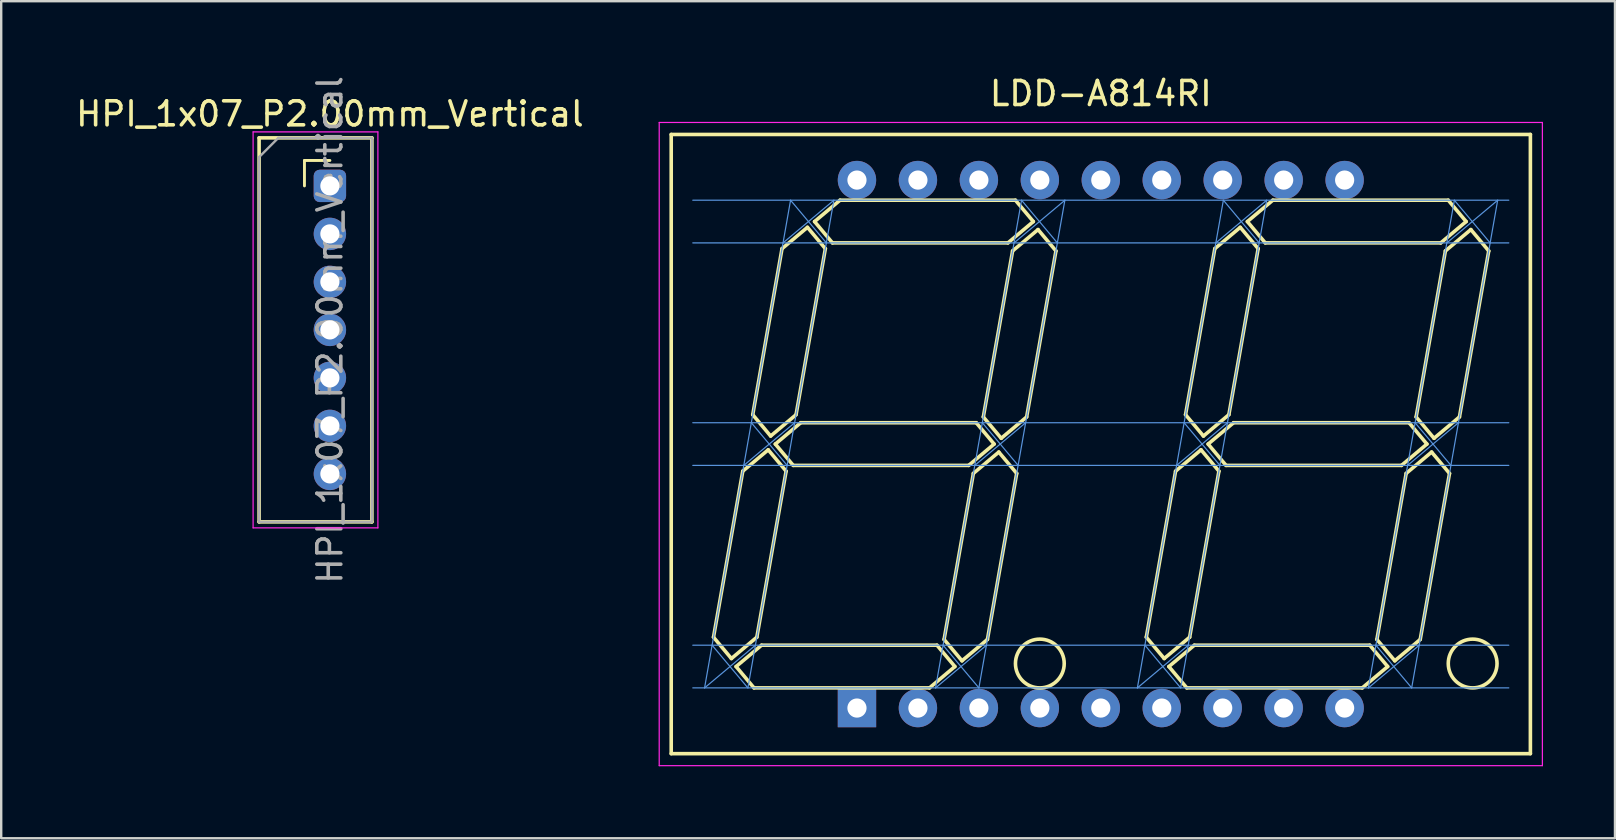
<source format=kicad_pcb>
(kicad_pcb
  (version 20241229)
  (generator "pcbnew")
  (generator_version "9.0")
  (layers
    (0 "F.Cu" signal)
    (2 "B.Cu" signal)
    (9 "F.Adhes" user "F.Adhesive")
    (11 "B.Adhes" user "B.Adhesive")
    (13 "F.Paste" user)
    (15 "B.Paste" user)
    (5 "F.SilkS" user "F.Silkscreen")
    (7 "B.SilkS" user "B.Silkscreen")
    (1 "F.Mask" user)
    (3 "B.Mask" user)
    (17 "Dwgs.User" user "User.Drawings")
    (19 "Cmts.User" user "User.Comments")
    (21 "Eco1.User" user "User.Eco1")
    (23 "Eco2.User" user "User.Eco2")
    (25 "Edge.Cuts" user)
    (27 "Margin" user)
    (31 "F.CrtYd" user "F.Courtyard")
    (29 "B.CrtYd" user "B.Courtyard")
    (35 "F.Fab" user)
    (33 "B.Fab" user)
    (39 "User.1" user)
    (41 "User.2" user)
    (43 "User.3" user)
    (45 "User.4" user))
  (footprint "LDD-A814RI"
    (layer "F.Cu")
    (at 42.818 15.453)
    (property "Reference" "LDD-A814RI" (at 0 -14.605 0) (layer "F.SilkS") (effects (font (size 1 1) (thickness 0.15))))
    (attr through_hole)
    (fp_line (start -17.9 -12.9) (end 17.9 -12.9) (stroke (width 0.15) (type solid)) (layer "F.SilkS"))
    (fp_line (start -17.9 12.9) (end -17.9 -12.9) (stroke (width 0.15) (type solid)) (layer "F.SilkS"))
    (fp_line (start -16.138 8.048) (end -14.918 1.129) (stroke (width 0.15) (type solid)) (layer "F.SilkS"))
    (fp_line (start -15.392 8.937) (end -16.138 8.048) (stroke (width 0.15) (type solid)) (layer "F.SilkS"))
    (fp_line (start -15.197 9.271) (end -14.137 8.382) (stroke (width 0.15) (type solid)) (layer "F.SilkS"))
    (fp_line (start -14.918 1.129) (end -13.858 0.24) (stroke (width 0.15) (type solid)) (layer "F.SilkS"))
    (fp_line (start -14.503 -1.223) (end -13.283 -8.142) (stroke (width 0.15) (type solid)) (layer "F.SilkS"))
    (fp_line (start -14.451 10.16) (end -15.197 9.271) (stroke (width 0.15) (type solid)) (layer "F.SilkS"))
    (fp_line (start -14.332 8.048) (end -15.392 8.937) (stroke (width 0.15) (type solid)) (layer "F.SilkS"))
    (fp_line (start -14.137 8.382) (end -6.826 8.382) (stroke (width 0.15) (type solid)) (layer "F.SilkS"))
    (fp_line (start -13.858 0.24) (end -13.112 1.129) (stroke (width 0.15) (type solid)) (layer "F.SilkS"))
    (fp_line (start -13.757 -0.334) (end -14.503 -1.223) (stroke (width 0.15) (type solid)) (layer "F.SilkS"))
    (fp_line (start -13.562 0) (end -12.502 -0.889) (stroke (width 0.15) (type solid)) (layer "F.SilkS"))
    (fp_line (start -13.283 -8.142) (end -12.223 -9.031) (stroke (width 0.15) (type solid)) (layer "F.SilkS"))
    (fp_line (start -13.112 1.129) (end -14.332 8.048) (stroke (width 0.15) (type solid)) (layer "F.SilkS"))
    (fp_line (start -12.816 0.889) (end -13.562 0) (stroke (width 0.15) (type solid)) (layer "F.SilkS"))
    (fp_line (start -12.698 -1.223) (end -13.757 -0.334) (stroke (width 0.15) (type solid)) (layer "F.SilkS"))
    (fp_line (start -12.502 -0.889) (end -5.191 -0.889) (stroke (width 0.15) (type solid)) (layer "F.SilkS"))
    (fp_line (start -12.223 -9.031) (end -11.477 -8.142) (stroke (width 0.15) (type solid)) (layer "F.SilkS"))
    (fp_line (start -11.927 -9.271) (end -10.868 -10.16) (stroke (width 0.15) (type solid)) (layer "F.SilkS"))
    (fp_line (start -11.477 -8.142) (end -12.698 -1.223) (stroke (width 0.15) (type solid)) (layer "F.SilkS"))
    (fp_line (start -11.181 -8.382) (end -11.927 -9.271) (stroke (width 0.15) (type solid)) (layer "F.SilkS"))
    (fp_line (start -10.868 -10.16) (end -3.556 -10.16) (stroke (width 0.15) (type solid)) (layer "F.SilkS"))
    (fp_line (start -7.139 10.16) (end -14.451 10.16) (stroke (width 0.15) (type solid)) (layer "F.SilkS"))
    (fp_line (start -6.826 8.382) (end -6.08 9.271) (stroke (width 0.15) (type solid)) (layer "F.SilkS"))
    (fp_line (start -6.53 8.142) (end -5.31 1.223) (stroke (width 0.15) (type solid)) (layer "F.SilkS"))
    (fp_line (start -6.08 9.271) (end -7.139 10.16) (stroke (width 0.15) (type solid)) (layer "F.SilkS"))
    (fp_line (start -5.784 9.031) (end -6.53 8.142) (stroke (width 0.15) (type solid)) (layer "F.SilkS"))
    (fp_line (start -5.505 0.889) (end -12.816 0.889) (stroke (width 0.15) (type solid)) (layer "F.SilkS"))
    (fp_line (start -5.31 1.223) (end -4.25 0.334) (stroke (width 0.15) (type solid)) (layer "F.SilkS"))
    (fp_line (start -5.191 -0.889) (end -4.445 0) (stroke (width 0.15) (type solid)) (layer "F.SilkS"))
    (fp_line (start -4.895 -1.129) (end -3.675 -8.048) (stroke (width 0.15) (type solid)) (layer "F.SilkS"))
    (fp_line (start -4.724 8.142) (end -5.784 9.031) (stroke (width 0.15) (type solid)) (layer "F.SilkS"))
    (fp_line (start -4.445 0) (end -5.505 0.889) (stroke (width 0.15) (type solid)) (layer "F.SilkS"))
    (fp_line (start -4.25 0.334) (end -3.504 1.223) (stroke (width 0.15) (type solid)) (layer "F.SilkS"))
    (fp_line (start -4.149 -0.24) (end -4.895 -1.129) (stroke (width 0.15) (type solid)) (layer "F.SilkS"))
    (fp_line (start -3.87 -8.382) (end -11.181 -8.382) (stroke (width 0.15) (type solid)) (layer "F.SilkS"))
    (fp_line (start -3.675 -8.048) (end -2.615 -8.937) (stroke (width 0.15) (type solid)) (layer "F.SilkS"))
    (fp_line (start -3.556 -10.16) (end -2.811 -9.271) (stroke (width 0.15) (type solid)) (layer "F.SilkS"))
    (fp_line (start -3.504 1.223) (end -4.724 8.142) (stroke (width 0.15) (type solid)) (layer "F.SilkS"))
    (fp_line (start -3.09 -1.129) (end -4.149 -0.24) (stroke (width 0.15) (type solid)) (layer "F.SilkS"))
    (fp_line (start -2.811 -9.271) (end -3.87 -8.382) (stroke (width 0.15) (type solid)) (layer "F.SilkS"))
    (fp_line (start -2.615 -8.937) (end -1.869 -8.048) (stroke (width 0.15) (type solid)) (layer "F.SilkS"))
    (fp_line (start -1.869 -8.048) (end -3.09 -1.129) (stroke (width 0.15) (type solid)) (layer "F.SilkS"))
    (fp_line (start 1.896 8.048) (end 3.116 1.129) (stroke (width 0.15) (type solid)) (layer "F.SilkS"))
    (fp_line (start 2.642 8.937) (end 1.896 8.048) (stroke (width 0.15) (type solid)) (layer "F.SilkS"))
    (fp_line (start 2.837 9.271) (end 3.897 8.382) (stroke (width 0.15) (type solid)) (layer "F.SilkS"))
    (fp_line (start 3.116 1.129) (end 4.176 0.24) (stroke (width 0.15) (type solid)) (layer "F.SilkS"))
    (fp_line (start 3.531 -1.223) (end 4.751 -8.142) (stroke (width 0.15) (type solid)) (layer "F.SilkS"))
    (fp_line (start 3.583 10.16) (end 2.837 9.271) (stroke (width 0.15) (type solid)) (layer "F.SilkS"))
    (fp_line (start 3.702 8.048) (end 2.642 8.937) (stroke (width 0.15) (type solid)) (layer "F.SilkS"))
    (fp_line (start 3.897 8.382) (end 11.208 8.382) (stroke (width 0.15) (type solid)) (layer "F.SilkS"))
    (fp_line (start 4.176 0.24) (end 4.922 1.129) (stroke (width 0.15) (type solid)) (layer "F.SilkS"))
    (fp_line (start 4.277 -0.334) (end 3.531 -1.223) (stroke (width 0.15) (type solid)) (layer "F.SilkS"))
    (fp_line (start 4.472 0) (end 5.532 -0.889) (stroke (width 0.15) (type solid)) (layer "F.SilkS"))
    (fp_line (start 4.751 -8.142) (end 5.811 -9.031) (stroke (width 0.15) (type solid)) (layer "F.SilkS"))
    (fp_line (start 4.922 1.129) (end 3.702 8.048) (stroke (width 0.15) (type solid)) (layer "F.SilkS"))
    (fp_line (start 5.218 0.889) (end 4.472 0) (stroke (width 0.15) (type solid)) (layer "F.SilkS"))
    (fp_line (start 5.336 -1.223) (end 4.277 -0.334) (stroke (width 0.15) (type solid)) (layer "F.SilkS"))
    (fp_line (start 5.532 -0.889) (end 12.843 -0.889) (stroke (width 0.15) (type solid)) (layer "F.SilkS"))
    (fp_line (start 5.811 -9.031) (end 6.557 -8.142) (stroke (width 0.15) (type solid)) (layer "F.SilkS"))
    (fp_line (start 6.107 -9.271) (end 7.166 -10.16) (stroke (width 0.15) (type solid)) (layer "F.SilkS"))
    (fp_line (start 6.557 -8.142) (end 5.336 -1.223) (stroke (width 0.15) (type solid)) (layer "F.SilkS"))
    (fp_line (start 6.853 -8.382) (end 6.107 -9.271) (stroke (width 0.15) (type solid)) (layer "F.SilkS"))
    (fp_line (start 7.166 -10.16) (end 14.478 -10.16) (stroke (width 0.15) (type solid)) (layer "F.SilkS"))
    (fp_line (start 10.895 10.16) (end 3.583 10.16) (stroke (width 0.15) (type solid)) (layer "F.SilkS"))
    (fp_line (start 11.208 8.382) (end 11.954 9.271) (stroke (width 0.15) (type solid)) (layer "F.SilkS"))
    (fp_line (start 11.504 8.142) (end 12.724 1.223) (stroke (width 0.15) (type solid)) (layer "F.SilkS"))
    (fp_line (start 11.954 9.271) (end 10.895 10.16) (stroke (width 0.15) (type solid)) (layer "F.SilkS"))
    (fp_line (start 12.25 9.031) (end 11.504 8.142) (stroke (width 0.15) (type solid)) (layer "F.SilkS"))
    (fp_line (start 12.529 0.889) (end 5.218 0.889) (stroke (width 0.15) (type solid)) (layer "F.SilkS"))
    (fp_line (start 12.724 1.223) (end 13.784 0.334) (stroke (width 0.15) (type solid)) (layer "F.SilkS"))
    (fp_line (start 12.843 -0.889) (end 13.589 0) (stroke (width 0.15) (type solid)) (layer "F.SilkS"))
    (fp_line (start 13.139 -1.129) (end 14.359 -8.048) (stroke (width 0.15) (type solid)) (layer "F.SilkS"))
    (fp_line (start 13.31 8.142) (end 12.25 9.031) (stroke (width 0.15) (type solid)) (layer "F.SilkS"))
    (fp_line (start 13.589 0) (end 12.529 0.889) (stroke (width 0.15) (type solid)) (layer "F.SilkS"))
    (fp_line (start 13.784 0.334) (end 14.53 1.223) (stroke (width 0.15) (type solid)) (layer "F.SilkS"))
    (fp_line (start 13.885 -0.24) (end 13.139 -1.129) (stroke (width 0.15) (type solid)) (layer "F.SilkS"))
    (fp_line (start 14.164 -8.382) (end 6.853 -8.382) (stroke (width 0.15) (type solid)) (layer "F.SilkS"))
    (fp_line (start 14.359 -8.048) (end 15.419 -8.937) (stroke (width 0.15) (type solid)) (layer "F.SilkS"))
    (fp_line (start 14.478 -10.16) (end 15.223 -9.271) (stroke (width 0.15) (type solid)) (layer "F.SilkS"))
    (fp_line (start 14.53 1.223) (end 13.31 8.142) (stroke (width 0.15) (type solid)) (layer "F.SilkS"))
    (fp_line (start 14.944 -1.129) (end 13.885 -0.24) (stroke (width 0.15) (type solid)) (layer "F.SilkS"))
    (fp_line (start 15.223 -9.271) (end 14.164 -8.382) (stroke (width 0.15) (type solid)) (layer "F.SilkS"))
    (fp_line (start 15.419 -8.937) (end 16.165 -8.048) (stroke (width 0.15) (type solid)) (layer "F.SilkS"))
    (fp_line (start 16.165 -8.048) (end 14.944 -1.129) (stroke (width 0.15) (type solid)) (layer "F.SilkS"))
    (fp_line (start 17.9 -12.9) (end 17.9 12.9) (stroke (width 0.15) (type solid)) (layer "F.SilkS"))
    (fp_line (start 17.9 12.9) (end -17.9 12.9) (stroke (width 0.15) (type solid)) (layer "F.SilkS"))
    (fp_circle (center -2.54 9.144) (end -2.54 10.16) (stroke (width 0.15) (type solid)) (fill no) (layer "F.SilkS"))
    (fp_circle (center 15.494 9.144) (end 15.494 10.16) (stroke (width 0.15) (type solid)) (fill no) (layer "F.SilkS"))
    (fp_line (start -17 -10.16) (end 17 -10.16) (stroke (width 0.05) (type solid)) (layer "Cmts.User"))
    (fp_line (start -17 -8.382) (end 17 -8.382) (stroke (width 0.05) (type solid)) (layer "Cmts.User"))
    (fp_line (start -17 -0.889) (end 17 -0.889) (stroke (width 0.05) (type solid)) (layer "Cmts.User"))
    (fp_line (start -17 0.889) (end 17 0.889) (stroke (width 0.05) (type solid)) (layer "Cmts.User"))
    (fp_line (start -17 8.382) (end 17 8.382) (stroke (width 0.05) (type solid)) (layer "Cmts.User"))
    (fp_line (start -17 10.16) (end 17 10.16) (stroke (width 0.05) (type solid)) (layer "Cmts.User"))
    (fp_line (start -16.51 10.16) (end -14.391 8.382) (stroke (width 0.05) (type solid)) (layer "Cmts.User"))
    (fp_line (start -16.51 10.16) (end -12.927 -10.16) (stroke (width 0.05) (type solid)) (layer "Cmts.User"))
    (fp_line (start -14.875 0.889) (end -12.756 -0.889) (stroke (width 0.05) (type solid)) (layer "Cmts.User"))
    (fp_line (start -14.705 10.16) (end -16.196 8.382) (stroke (width 0.05) (type solid)) (layer "Cmts.User"))
    (fp_line (start -14.705 10.16) (end -11.122 -10.16) (stroke (width 0.05) (type solid)) (layer "Cmts.User"))
    (fp_line (start -13.241 -8.382) (end -11.122 -10.16) (stroke (width 0.05) (type solid)) (layer "Cmts.User"))
    (fp_line (start -13.07 0.889) (end -14.562 -0.889) (stroke (width 0.05) (type solid)) (layer "Cmts.User"))
    (fp_line (start -11.435 -8.382) (end -12.927 -10.16) (stroke (width 0.05) (type solid)) (layer "Cmts.User"))
    (fp_line (start -6.885 10.16) (end -4.766 8.382) (stroke (width 0.05) (type solid)) (layer "Cmts.User"))
    (fp_line (start -6.885 10.16) (end -3.302 -10.16) (stroke (width 0.05) (type solid)) (layer "Cmts.User"))
    (fp_line (start -5.251 0.889) (end -3.132 -0.889) (stroke (width 0.05) (type solid)) (layer "Cmts.User"))
    (fp_line (start -5.08 10.16) (end -6.572 8.382) (stroke (width 0.05) (type solid)) (layer "Cmts.User"))
    (fp_line (start -5.08 10.16) (end -1.497 -10.16) (stroke (width 0.05) (type solid)) (layer "Cmts.User"))
    (fp_line (start -3.616 -8.382) (end -1.497 -10.16) (stroke (width 0.05) (type solid)) (layer "Cmts.User"))
    (fp_line (start -3.445 0.889) (end -4.937 -0.889) (stroke (width 0.05) (type solid)) (layer "Cmts.User"))
    (fp_line (start -1.811 -8.382) (end -3.302 -10.16) (stroke (width 0.05) (type solid)) (layer "Cmts.User"))
    (fp_line (start 1.524 10.16) (end 3.643 8.382) (stroke (width 0.05) (type solid)) (layer "Cmts.User"))
    (fp_line (start 1.524 10.16) (end 5.107 -10.16) (stroke (width 0.05) (type solid)) (layer "Cmts.User"))
    (fp_line (start 3.159 0.889) (end 5.278 -0.889) (stroke (width 0.05) (type solid)) (layer "Cmts.User"))
    (fp_line (start 3.329 10.16) (end 1.838 8.382) (stroke (width 0.05) (type solid)) (layer "Cmts.User"))
    (fp_line (start 3.329 10.16) (end 6.912 -10.16) (stroke (width 0.05) (type solid)) (layer "Cmts.User"))
    (fp_line (start 4.793 -8.382) (end 6.912 -10.16) (stroke (width 0.05) (type solid)) (layer "Cmts.User"))
    (fp_line (start 4.964 0.889) (end 3.472 -0.889) (stroke (width 0.05) (type solid)) (layer "Cmts.User"))
    (fp_line (start 6.599 -8.382) (end 5.107 -10.16) (stroke (width 0.05) (type solid)) (layer "Cmts.User"))
    (fp_line (start 11.149 10.16) (end 13.268 8.382) (stroke (width 0.05) (type solid)) (layer "Cmts.User"))
    (fp_line (start 11.149 10.16) (end 14.732 -10.16) (stroke (width 0.05) (type solid)) (layer "Cmts.User"))
    (fp_line (start 12.783 0.889) (end 14.902 -0.889) (stroke (width 0.05) (type solid)) (layer "Cmts.User"))
    (fp_line (start 12.954 10.16) (end 11.462 8.382) (stroke (width 0.05) (type solid)) (layer "Cmts.User"))
    (fp_line (start 12.954 10.16) (end 16.537 -10.16) (stroke (width 0.05) (type solid)) (layer "Cmts.User"))
    (fp_line (start 14.418 -8.382) (end 16.537 -10.16) (stroke (width 0.05) (type solid)) (layer "Cmts.User"))
    (fp_line (start 14.589 0.889) (end 13.097 -0.889) (stroke (width 0.05) (type solid)) (layer "Cmts.User"))
    (fp_line (start 16.223 -8.382) (end 14.732 -10.16) (stroke (width 0.05) (type solid)) (layer "Cmts.User"))
    (fp_line (start -18.4 -13.4) (end -18.4 13.4) (stroke (width 0.05) (type solid)) (layer "F.CrtYd"))
    (fp_line (start -18.4 13.4) (end 18.4 13.4) (stroke (width 0.05) (type solid)) (layer "F.CrtYd"))
    (fp_line (start 18.4 -13.4) (end -18.4 -13.4) (stroke (width 0.05) (type solid)) (layer "F.CrtYd"))
    (fp_line (start 18.4 13.4) (end 18.4 -13.4) (stroke (width 0.05) (type solid)) (layer "F.CrtYd"))
    (pad "1" thru_hole rect (at -10.16 11) (size 1.6 1.6) (drill 0.8) (layers "*.Cu" "*.Mask"))
    (pad "2" thru_hole circle (at -7.62 11) (size 1.6 1.6) (drill 0.8) (layers "*.Cu" "*.Mask"))
    (pad "3" thru_hole circle (at -5.08 11) (size 1.6 1.6) (drill 0.8) (layers "*.Cu" "*.Mask"))
    (pad "4" thru_hole circle (at -2.54 11) (size 1.6 1.6) (drill 0.8) (layers "*.Cu" "*.Mask"))
    (pad "5" thru_hole circle (at 0 11) (size 1.6 1.6) (drill 0.8) (layers "*.Cu" "*.Mask"))
    (pad "6" thru_hole circle (at 2.54 11) (size 1.6 1.6) (drill 0.8) (layers "*.Cu" "*.Mask"))
    (pad "7" thru_hole circle (at 5.08 11) (size 1.6 1.6) (drill 0.8) (layers "*.Cu" "*.Mask"))
    (pad "8" thru_hole circle (at 7.62 11) (size 1.6 1.6) (drill 0.8) (layers "*.Cu" "*.Mask"))
    (pad "9" thru_hole circle (at 10.16 11) (size 1.6 1.6) (drill 0.8) (layers "*.Cu" "*.Mask"))
    (pad "10" thru_hole circle (at 10.16 -11) (size 1.6 1.6) (drill 0.8) (layers "*.Cu" "*.Mask"))
    (pad "11" thru_hole circle (at 7.62 -11) (size 1.6 1.6) (drill 0.8) (layers "*.Cu" "*.Mask"))
    (pad "12" thru_hole circle (at 5.08 -11) (size 1.6 1.6) (drill 0.8) (layers "*.Cu" "*.Mask"))
    (pad "13" thru_hole circle (at 2.54 -11) (size 1.6 1.6) (drill 0.8) (layers "*.Cu" "*.Mask"))
    (pad "14" thru_hole circle (at 0 -11) (size 1.6 1.6) (drill 0.8) (layers "*.Cu" "*.Mask"))
    (pad "15" thru_hole circle (at -2.54 -11) (size 1.6 1.6) (drill 0.8) (layers "*.Cu" "*.Mask"))
    (pad "16" thru_hole circle (at -5.08 -11) (size 1.6 1.6) (drill 0.8) (layers "*.Cu" "*.Mask"))
    (pad "17" thru_hole circle (at -7.62 -11) (size 1.6 1.6) (drill 0.8) (layers "*.Cu" "*.Mask"))
    (pad "18" thru_hole circle (at -10.16 -11) (size 1.6 1.6) (drill 0.8) (layers "*.Cu" "*.Mask")))
  (footprint "HPI_1x07_P2.00mm_Vertical"
    (layer "F.Cu")
    (at 10.696 4.696)
    (property "Reference" "HPI_1x07_P2.00mm_Vertical" (at 0 -3 0) (layer "F.SilkS") (effects (font (size 1 1) (thickness 0.15))))
    (attr through_hole)
    (fp_line (start -2.95 -2) (end -2.95 14) (stroke (width 0.15) (type solid)) (layer "F.SilkS"))
    (fp_line (start -2.95 14) (end 1.75 14) (stroke (width 0.15) (type solid)) (layer "F.SilkS"))
    (fp_line (start -1.06 -1.06) (end 0 -1.06) (stroke (width 0.12) (type solid)) (layer "F.SilkS"))
    (fp_line (start -1.06 0) (end -1.06 -1.06) (stroke (width 0.12) (type solid)) (layer "F.SilkS"))
    (fp_line (start 1.75 -2) (end -2.95 -2) (stroke (width 0.15) (type solid)) (layer "F.SilkS"))
    (fp_line (start 1.75 -2) (end 1.75 14) (stroke (width 0.15) (type solid)) (layer "F.SilkS"))
    (fp_line (start -3.2 -2.25) (end -3.2 14.25) (stroke (width 0.05) (type solid)) (layer "F.CrtYd"))
    (fp_line (start -3.2 14.25) (end 2 14.25) (stroke (width 0.05) (type solid)) (layer "F.CrtYd"))
    (fp_line (start 2 -2.25) (end -3.2 -2.25) (stroke (width 0.05) (type solid)) (layer "F.CrtYd"))
    (fp_line (start 2 14.25) (end 2 -2.25) (stroke (width 0.05) (type solid)) (layer "F.CrtYd"))
    (fp_line (start -2.95 -1.2) (end -2.15 -2) (stroke (width 0.1) (type solid)) (layer "F.Fab"))
    (fp_line (start -2.95 14) (end -2.95 -1.2) (stroke (width 0.1) (type solid)) (layer "F.Fab"))
    (fp_line (start -2.15 -2) (end 1.75 -2) (stroke (width 0.1) (type solid)) (layer "F.Fab"))
    (fp_line (start 1.75 -2) (end 1.75 14) (stroke (width 0.1) (type solid)) (layer "F.Fab"))
    (fp_line (start 1.75 14) (end -2.95 14) (stroke (width 0.1) (type solid)) (layer "F.Fab"))
    (fp_text user "${REFERENCE}" (at 0 6 90) (layer "F.Fab") (effects (font (size 1 1) (thickness 0.15))))
    (pad "1" thru_hole roundrect (at 0 0) (size 1.35 1.35) (drill 0.8) (layers "*.Cu" "*.Mask") (roundrect_rratio 0.185))
    (pad "2" thru_hole oval (at 0 2) (size 1.35 1.35) (drill 0.8) (layers "*.Cu" "*.Mask"))
    (pad "3" thru_hole oval (at 0 4) (size 1.35 1.35) (drill 0.8) (layers "*.Cu" "*.Mask"))
    (pad "4" thru_hole oval (at 0 6) (size 1.35 1.35) (drill 0.8) (layers "*.Cu" "*.Mask"))
    (pad "5" thru_hole oval (at 0 8) (size 1.35 1.35) (drill 0.8) (layers "*.Cu" "*.Mask"))
    (pad "6" thru_hole oval (at 0 10) (size 1.35 1.35) (drill 0.8) (layers "*.Cu" "*.Mask"))
    (pad "7" thru_hole oval (at 0 12) (size 1.35 1.35) (drill 0.8) (layers "*.Cu" "*.Mask")))
  (gr_rect
    (start -3 -3)
    (end 64.243 31.878)
    (stroke (width 0.1) (type default))
    (fill no)
    (layer "Edge.Cuts")))
</source>
